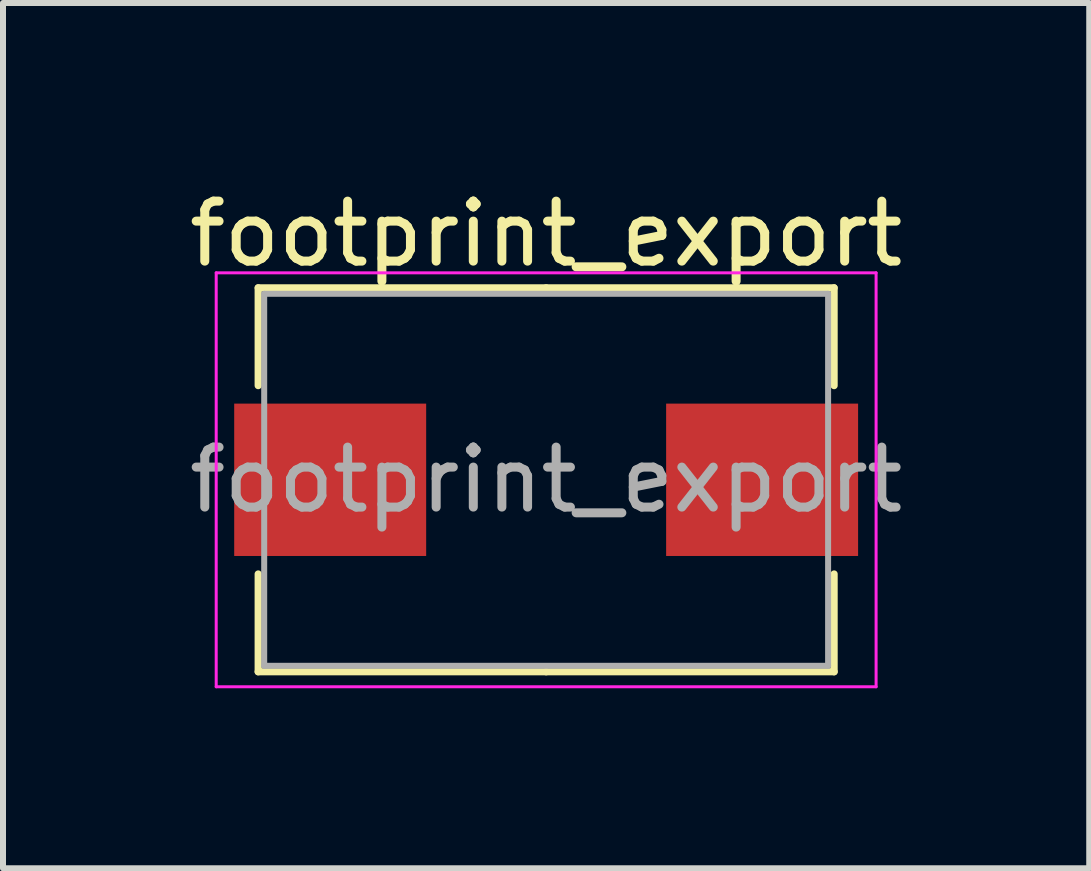
<source format=kicad_pcb>
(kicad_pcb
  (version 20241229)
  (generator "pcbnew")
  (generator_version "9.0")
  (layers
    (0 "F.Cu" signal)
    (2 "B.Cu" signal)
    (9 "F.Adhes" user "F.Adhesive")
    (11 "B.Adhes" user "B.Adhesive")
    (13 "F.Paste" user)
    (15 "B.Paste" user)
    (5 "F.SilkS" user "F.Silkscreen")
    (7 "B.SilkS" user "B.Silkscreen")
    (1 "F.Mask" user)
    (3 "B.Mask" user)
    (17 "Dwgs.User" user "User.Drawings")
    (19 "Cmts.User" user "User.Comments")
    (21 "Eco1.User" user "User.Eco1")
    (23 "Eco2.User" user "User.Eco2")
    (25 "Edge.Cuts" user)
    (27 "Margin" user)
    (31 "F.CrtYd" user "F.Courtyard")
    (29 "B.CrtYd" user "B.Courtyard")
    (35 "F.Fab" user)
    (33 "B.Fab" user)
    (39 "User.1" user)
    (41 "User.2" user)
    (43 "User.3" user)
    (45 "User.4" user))
  (footprint "footprint_export"
    (layer "F.Cu")
    (at 6.054 4.948)
    (property "Reference" "footprint_export" (at 0 -4.1 0) (layer "F.SilkS") (effects (font (size 1 1) (thickness 0.15))))
    (attr smd)
    (fp_line (start -4.8 -3.2) (end 0 -3.2) (stroke (width 0.12) (type solid)) (layer "F.SilkS"))
    (fp_line (start -4.8 -1.57) (end -4.8 -3.2) (stroke (width 0.12) (type solid)) (layer "F.SilkS"))
    (fp_line (start -4.8 1.57) (end -4.8 3.2) (stroke (width 0.12) (type solid)) (layer "F.SilkS"))
    (fp_line (start -4.8 3.2) (end 0 3.2) (stroke (width 0.12) (type solid)) (layer "F.SilkS"))
    (fp_line (start 4.8 -3.2) (end 0 -3.2) (stroke (width 0.12) (type solid)) (layer "F.SilkS"))
    (fp_line (start 4.8 -1.57) (end 4.8 -3.2) (stroke (width 0.12) (type solid)) (layer "F.SilkS"))
    (fp_line (start 4.8 1.57) (end 4.8 3.2) (stroke (width 0.12) (type solid)) (layer "F.SilkS"))
    (fp_line (start 4.8 3.2) (end 0 3.2) (stroke (width 0.12) (type solid)) (layer "F.SilkS"))
    (fp_line (start -5.5 -3.45) (end -5.5 3.45) (stroke (width 0.05) (type solid)) (layer "F.CrtYd"))
    (fp_line (start -5.5 3.45) (end 5.5 3.45) (stroke (width 0.05) (type solid)) (layer "F.CrtYd"))
    (fp_line (start 5.5 -3.45) (end -5.5 -3.45) (stroke (width 0.05) (type solid)) (layer "F.CrtYd"))
    (fp_line (start 5.5 3.45) (end 5.5 -3.45) (stroke (width 0.05) (type solid)) (layer "F.CrtYd"))
    (fp_line (start -4.7 -3.1) (end -4.7 3.1) (stroke (width 0.1) (type solid)) (layer "F.Fab"))
    (fp_line (start -4.7 3.1) (end 4.7 3.1) (stroke (width 0.1) (type solid)) (layer "F.Fab"))
    (fp_line (start 4.7 -3.1) (end -4.7 -3.1) (stroke (width 0.1) (type solid)) (layer "F.Fab"))
    (fp_line (start 4.7 3.1) (end 4.7 -3.1) (stroke (width 0.1) (type solid)) (layer "F.Fab"))
    (fp_text user "${REFERENCE}" (at 0 0 0) (layer "F.Fab") (effects (font (size 1 1) (thickness 0.15))))
    (pad "1" smd rect (at -3.6 0) (size 3.2 2.54) (layers "F.Cu" "F.Mask" "F.Paste"))
    (pad "2" smd rect (at 3.6 0) (size 3.2 2.54) (layers "F.Cu" "F.Mask" "F.Paste")))
  (gr_rect
    (start -3 -3)
    (end 15.107 11.423)
    (stroke (width 0.1) (type default))
    (fill no)
    (layer "Edge.Cuts")))
</source>
